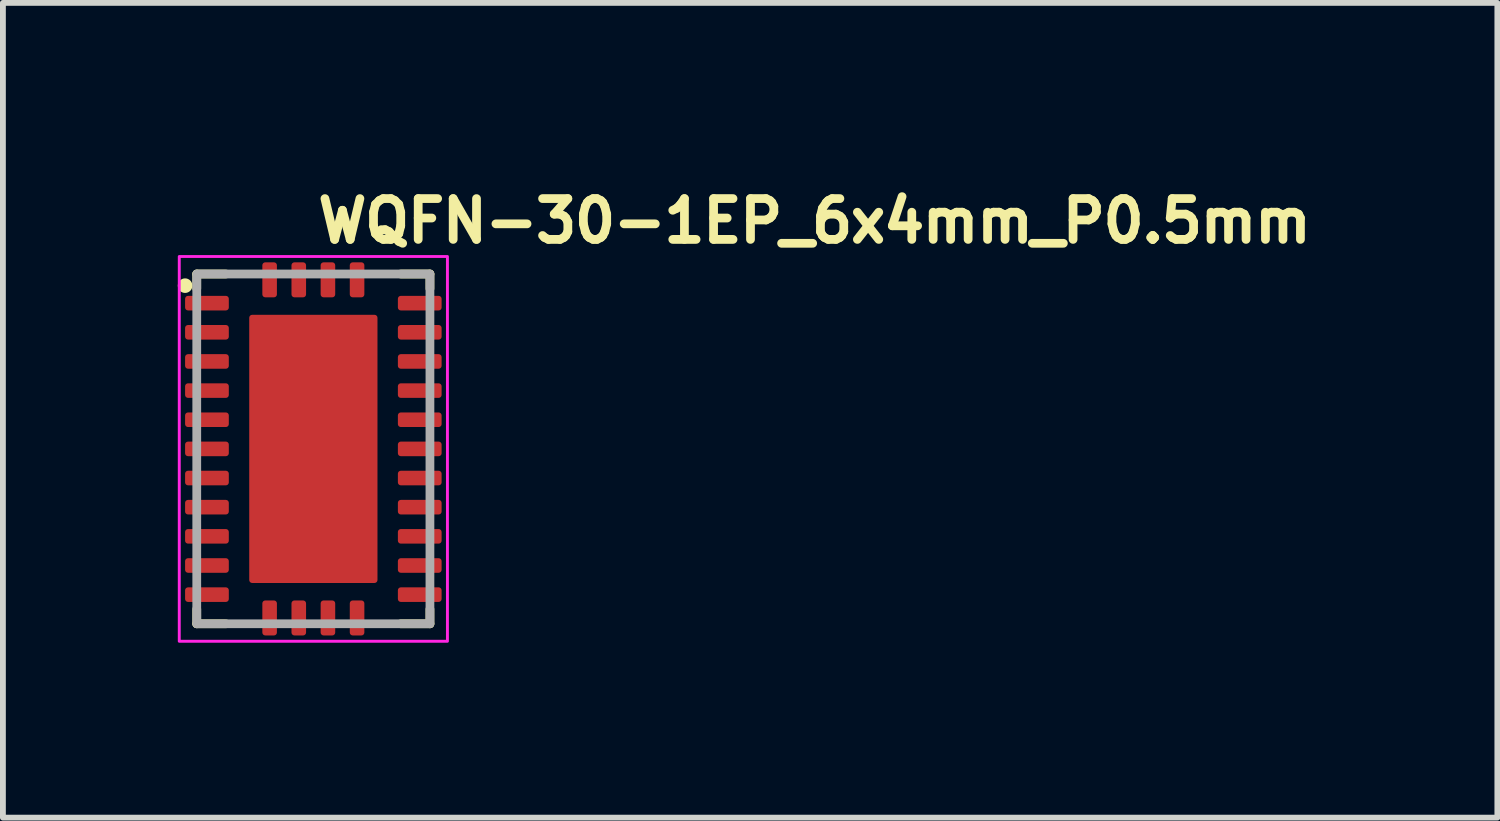
<source format=kicad_pcb>
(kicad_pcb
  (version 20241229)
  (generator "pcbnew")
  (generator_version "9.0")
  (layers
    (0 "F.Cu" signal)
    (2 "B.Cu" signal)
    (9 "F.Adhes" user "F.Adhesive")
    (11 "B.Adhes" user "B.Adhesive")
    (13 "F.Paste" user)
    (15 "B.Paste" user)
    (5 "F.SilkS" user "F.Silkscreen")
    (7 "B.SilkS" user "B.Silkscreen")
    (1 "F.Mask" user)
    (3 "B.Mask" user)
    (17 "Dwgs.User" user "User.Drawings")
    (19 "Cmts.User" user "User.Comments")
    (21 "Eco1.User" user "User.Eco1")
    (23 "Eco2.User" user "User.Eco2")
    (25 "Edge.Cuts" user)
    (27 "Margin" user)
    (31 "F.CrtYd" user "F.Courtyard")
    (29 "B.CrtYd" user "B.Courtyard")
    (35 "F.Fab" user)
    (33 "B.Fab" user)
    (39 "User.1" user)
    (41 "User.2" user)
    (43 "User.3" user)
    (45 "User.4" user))
  (footprint "WQFN-30-1EP_6x4mm_P0.5mm"
    (layer "F.Cu")
    (at 2.325 4.65)
    (property "Reference" "WQFN-30-1EP_6x4mm_P0.5mm" (at 0 -3.5 0) (layer "F.SilkS") (effects (font (size 0.7 0.7) (thickness 0.15)) (justify left bottom)))
    (attr smd)
    (fp_line (start -2 -3) (end -2 -2.75) (stroke (width 0.15) (type solid)) (layer "F.SilkS"))
    (fp_line (start -2 -3) (end -1.5 -3) (stroke (width 0.15) (type solid)) (layer "F.SilkS"))
    (fp_line (start -2 2.75) (end -2 3) (stroke (width 0.15) (type solid)) (layer "F.SilkS"))
    (fp_line (start -2 3) (end -1.5 3) (stroke (width 0.15) (type solid)) (layer "F.SilkS"))
    (fp_line (start 1.5 3) (end 2 3) (stroke (width 0.15) (type solid)) (layer "F.SilkS"))
    (fp_line (start 2 -3) (end 1.5 -3) (stroke (width 0.15) (type solid)) (layer "F.SilkS"))
    (fp_line (start 2 -3) (end 2 -2.75) (stroke (width 0.15) (type solid)) (layer "F.SilkS"))
    (fp_line (start 2 3) (end 2 2.75) (stroke (width 0.15) (type solid)) (layer "F.SilkS"))
    (fp_circle (center -2.2 -2.8) (end -2.15 -2.8) (stroke (width 0.15) (type solid)) (fill yes) (layer "F.SilkS"))
    (fp_rect (start -2.3 -3.3) (end 2.3 3.3) (stroke (width 0.05) (type solid)) (fill no) (layer "F.CrtYd"))
    (fp_rect (start -2 -3) (end 2 3) (stroke (width 0.15) (type solid)) (fill no) (layer "F.Fab"))
    (fp_rect (start -2 -3) (end 2 3) (stroke (width 0.1) (type solid)) (fill no) (layer "User.5"))
    (fp_line (start -2 -3) (end -2 3) (stroke (width 0.02) (type solid)) (layer "User.9"))
    (fp_line (start -2 3) (end 2 3) (stroke (width 0.02) (type solid)) (layer "User.9"))
    (fp_line (start 2 -3) (end -2 -3) (stroke (width 0.02) (type solid)) (layer "User.9"))
    (fp_line (start 2 3) (end 2 -3) (stroke (width 0.02) (type solid)) (layer "User.9"))
    (pad "1" smd roundrect (at -1.825 -2.5 90) (size 0.25 0.75) (layers "F.Cu" "F.Mask" "F.Paste") (roundrect_rratio 0.2))
    (pad "2" smd roundrect (at -1.825 -2 90) (size 0.25 0.75) (layers "F.Cu" "F.Mask" "F.Paste") (roundrect_rratio 0.2))
    (pad "3" smd roundrect (at -1.825 -1.5 90) (size 0.25 0.75) (layers "F.Cu" "F.Mask" "F.Paste") (roundrect_rratio 0.2))
    (pad "4" smd roundrect (at -1.825 -1 90) (size 0.25 0.75) (layers "F.Cu" "F.Mask" "F.Paste") (roundrect_rratio 0.2))
    (pad "5" smd roundrect (at -1.825 -0.5 90) (size 0.25 0.75) (layers "F.Cu" "F.Mask" "F.Paste") (roundrect_rratio 0.2))
    (pad "6" smd roundrect (at -1.825 0 90) (size 0.25 0.75) (layers "F.Cu" "F.Mask" "F.Paste") (roundrect_rratio 0.2))
    (pad "7" smd roundrect (at -1.825 0.5 90) (size 0.25 0.75) (layers "F.Cu" "F.Mask" "F.Paste") (roundrect_rratio 0.2))
    (pad "8" smd roundrect (at -1.825 1 90) (size 0.25 0.75) (layers "F.Cu" "F.Mask" "F.Paste") (roundrect_rratio 0.2))
    (pad "9" smd roundrect (at -1.825 1.5 90) (size 0.25 0.75) (layers "F.Cu" "F.Mask" "F.Paste") (roundrect_rratio 0.2))
    (pad "10" smd roundrect (at -1.825 2 90) (size 0.25 0.75) (layers "F.Cu" "F.Mask" "F.Paste") (roundrect_rratio 0.2))
    (pad "11" smd roundrect (at -1.825 2.5 90) (size 0.25 0.75) (layers "F.Cu" "F.Mask" "F.Paste") (roundrect_rratio 0.2))
    (pad "12" smd roundrect (at -0.75 2.9 180) (size 0.25 0.6) (layers "F.Cu" "F.Mask" "F.Paste") (roundrect_rratio 0.2))
    (pad "13" smd roundrect (at -0.25 2.9 180) (size 0.25 0.6) (layers "F.Cu" "F.Mask" "F.Paste") (roundrect_rratio 0.2))
    (pad "14" smd roundrect (at 0.25 2.9 180) (size 0.25 0.6) (layers "F.Cu" "F.Mask" "F.Paste") (roundrect_rratio 0.2))
    (pad "15" smd roundrect (at 0.75 2.9 180) (size 0.25 0.6) (layers "F.Cu" "F.Mask" "F.Paste") (roundrect_rratio 0.2))
    (pad "16" smd roundrect (at 1.825 2.5 90) (size 0.25 0.75) (layers "F.Cu" "F.Mask" "F.Paste") (roundrect_rratio 0.2))
    (pad "17" smd roundrect (at 1.825 2 90) (size 0.25 0.75) (layers "F.Cu" "F.Mask" "F.Paste") (roundrect_rratio 0.2))
    (pad "18" smd roundrect (at 1.825 1.5 90) (size 0.25 0.75) (layers "F.Cu" "F.Mask" "F.Paste") (roundrect_rratio 0.2))
    (pad "19" smd roundrect (at 1.825 1 90) (size 0.25 0.75) (layers "F.Cu" "F.Mask" "F.Paste") (roundrect_rratio 0.2))
    (pad "20" smd roundrect (at 1.825 0.5 90) (size 0.25 0.75) (layers "F.Cu" "F.Mask" "F.Paste") (roundrect_rratio 0.2))
    (pad "21" smd roundrect (at 1.825 0 90) (size 0.25 0.75) (layers "F.Cu" "F.Mask" "F.Paste") (roundrect_rratio 0.2))
    (pad "22" smd roundrect (at 1.825 -0.5 90) (size 0.25 0.75) (layers "F.Cu" "F.Mask" "F.Paste") (roundrect_rratio 0.2))
    (pad "23" smd roundrect (at 1.825 -1 90) (size 0.25 0.75) (layers "F.Cu" "F.Mask" "F.Paste") (roundrect_rratio 0.2))
    (pad "24" smd roundrect (at 1.825 -1.5 90) (size 0.25 0.75) (layers "F.Cu" "F.Mask" "F.Paste") (roundrect_rratio 0.2))
    (pad "25" smd roundrect (at 1.825 -2 90) (size 0.25 0.75) (layers "F.Cu" "F.Mask" "F.Paste") (roundrect_rratio 0.2))
    (pad "26" smd roundrect (at 1.825 -2.5 90) (size 0.25 0.75) (layers "F.Cu" "F.Mask" "F.Paste") (roundrect_rratio 0.2))
    (pad "27" smd roundrect (at 0.75 -2.9 180) (size 0.25 0.6) (layers "F.Cu" "F.Mask" "F.Paste") (roundrect_rratio 0.2))
    (pad "28" smd roundrect (at 0.25 -2.9 180) (size 0.25 0.6) (layers "F.Cu" "F.Mask" "F.Paste") (roundrect_rratio 0.2))
    (pad "29" smd roundrect (at -0.25 -2.9 180) (size 0.25 0.6) (layers "F.Cu" "F.Mask" "F.Paste") (roundrect_rratio 0.2))
    (pad "30" smd roundrect (at -0.75 -2.9 180) (size 0.25 0.6) (layers "F.Cu" "F.Mask" "F.Paste") (roundrect_rratio 0.2))
    (pad "31" smd roundrect (at 0 0) (size 2.2 4.6) (layers "F.Cu" "F.Mask" "F.Paste") (roundrect_rratio 0.023)))
  (gr_rect
    (start -3 -3)
    (end 22.635 10.975)
    (stroke (width 0.1) (type default))
    (fill no)
    (layer "Edge.Cuts")))
</source>
